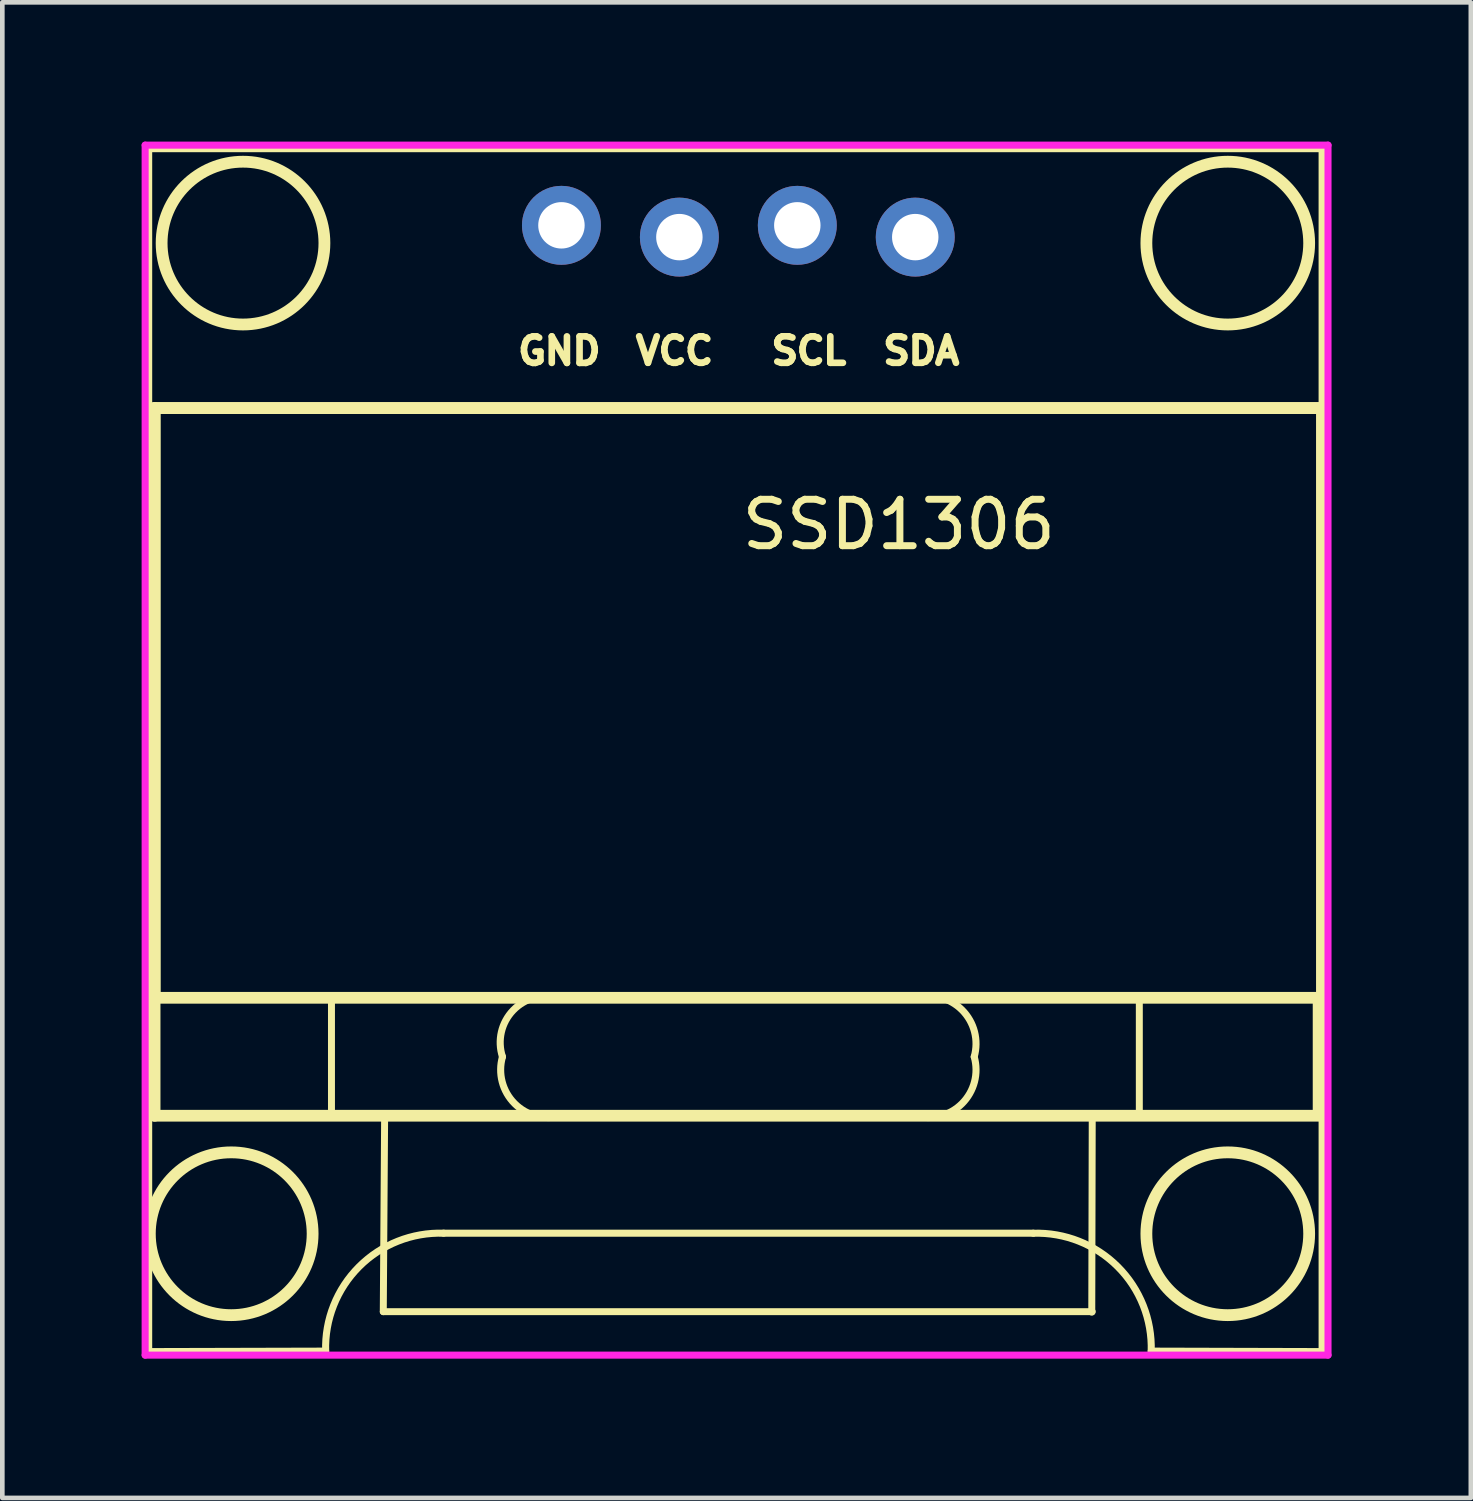
<source format=kicad_pcb>
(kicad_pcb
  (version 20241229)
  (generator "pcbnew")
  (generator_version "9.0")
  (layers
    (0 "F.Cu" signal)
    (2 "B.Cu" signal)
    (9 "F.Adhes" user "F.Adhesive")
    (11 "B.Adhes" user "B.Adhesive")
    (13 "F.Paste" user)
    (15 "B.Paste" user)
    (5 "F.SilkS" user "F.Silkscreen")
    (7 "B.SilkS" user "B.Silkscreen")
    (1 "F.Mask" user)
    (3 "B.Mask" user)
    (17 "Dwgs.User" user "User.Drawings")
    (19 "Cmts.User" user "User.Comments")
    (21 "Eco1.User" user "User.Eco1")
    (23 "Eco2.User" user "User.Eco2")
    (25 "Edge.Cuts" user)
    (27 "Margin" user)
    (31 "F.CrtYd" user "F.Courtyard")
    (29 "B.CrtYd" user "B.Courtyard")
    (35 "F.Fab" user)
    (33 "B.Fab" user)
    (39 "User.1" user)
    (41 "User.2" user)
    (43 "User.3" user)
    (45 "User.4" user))
  (footprint "SSD1306"
    (layer "F.Cu")
    (at 12.852 11.455)
    (property "Reference" "SSD1306" (at 0 -3.207 0) (layer "F.SilkS") (effects (font (size 1 1) (thickness 0.15)) (justify left)))
    (attr through_hole)
    (fp_line (start -12.7 -11.303) (end 12.573 -11.303) (stroke (width 0.152) (type solid)) (layer "F.SilkS"))
    (fp_line (start -12.7 14.605) (end -12.7 -11.303) (stroke (width 0.152) (type solid)) (layer "F.SilkS"))
    (fp_line (start -12.573 -5.715) (end 12.573 -5.715) (stroke (width 0.254) (type solid)) (layer "F.SilkS"))
    (fp_line (start -12.573 -5.715) (end 12.573 -5.715) (stroke (width 0.254) (type solid)) (layer "F.SilkS"))
    (fp_line (start -12.573 6.985) (end -12.573 -5.715) (stroke (width 0.254) (type solid)) (layer "F.SilkS"))
    (fp_line (start -12.573 6.985) (end -8.763 6.985) (stroke (width 0.15) (type solid)) (layer "F.SilkS"))
    (fp_line (start -12.573 9.525) (end -12.573 -5.715) (stroke (width 0.254) (type solid)) (layer "F.SilkS"))
    (fp_line (start -12.573 9.525) (end -12.573 6.985) (stroke (width 0.15) (type solid)) (layer "F.SilkS"))
    (fp_line (start -8.888 14.595) (end -12.7 14.605) (stroke (width 0.152) (type solid)) (layer "F.SilkS"))
    (fp_line (start -8.763 6.985) (end -8.763 9.525) (stroke (width 0.15) (type solid)) (layer "F.SilkS"))
    (fp_line (start -8.763 9.525) (end -12.573 9.525) (stroke (width 0.15) (type solid)) (layer "F.SilkS"))
    (fp_line (start -7.647 13.745) (end -7.618 9.515) (stroke (width 0.15) (type solid)) (layer "F.SilkS"))
    (fp_line (start -7.618 9.515) (end 7.622 9.515) (stroke (width 0.15) (type solid)) (layer "F.SilkS"))
    (fp_line (start -3.81 6.985) (end 3.81 6.985) (stroke (width 0.15) (type solid)) (layer "F.SilkS"))
    (fp_line (start -3.81 9.525) (end 3.81 9.525) (stroke (width 0.15) (type solid)) (layer "F.SilkS"))
    (fp_line (start -3.805 9.505) (end 3.815 9.505) (stroke (width 0.15) (type solid)) (layer "F.SilkS"))
    (fp_line (start 6.352 12.055) (end -6.348 12.055) (stroke (width 0.152) (type solid)) (layer "F.SilkS"))
    (fp_line (start 7.622 9.515) (end 7.612 13.755) (stroke (width 0.15) (type solid)) (layer "F.SilkS"))
    (fp_line (start 7.622 13.745) (end -7.647 13.745) (stroke (width 0.15) (type solid)) (layer "F.SilkS"))
    (fp_line (start 8.636 6.985) (end 12.446 6.985) (stroke (width 0.15) (type solid)) (layer "F.SilkS"))
    (fp_line (start 8.636 9.525) (end 8.636 6.985) (stroke (width 0.15) (type solid)) (layer "F.SilkS"))
    (fp_line (start 12.446 6.985) (end 12.446 9.525) (stroke (width 0.15) (type solid)) (layer "F.SilkS"))
    (fp_line (start 12.446 9.525) (end 8.636 9.525) (stroke (width 0.15) (type solid)) (layer "F.SilkS"))
    (fp_line (start 12.573 -11.303) (end 12.573 14.605) (stroke (width 0.152) (type solid)) (layer "F.SilkS"))
    (fp_line (start 12.573 -5.715) (end 12.573 6.985) (stroke (width 0.254) (type solid)) (layer "F.SilkS"))
    (fp_line (start 12.573 -5.715) (end 12.573 9.525) (stroke (width 0.254) (type solid)) (layer "F.SilkS"))
    (fp_line (start 12.573 6.985) (end -12.573 6.985) (stroke (width 0.254) (type solid)) (layer "F.SilkS"))
    (fp_line (start 12.573 9.525) (end -12.573 9.525) (stroke (width 0.254) (type solid)) (layer "F.SilkS"))
    (fp_line (start 12.573 14.605) (end 8.892 14.595) (stroke (width 0.152) (type solid)) (layer "F.SilkS"))
    (fp_arc (start -9.169 12.069) (mid -12.675004 12.063141) (end -9.168995 12.064717) (stroke (width 0.254) (type solid)) (layer "F.SilkS"))
    (fp_arc (start -8.915 -9.267) (mid -12.421004 -9.272859) (end -8.914995 -9.271283) (stroke (width 0.254) (type solid)) (layer "F.SilkS"))
    (fp_arc (start -8.88799 14.595334) (mid -8.167573 12.775663) (end -6.348 12.055) (stroke (width 0.152) (type solid)) (layer "F.SilkS"))
    (fp_arc (start -5.080548 8.254901) (mid -4.850381 7.254616) (end -3.86 6.985) (stroke (width 0.152) (type solid)) (layer "F.SilkS"))
    (fp_arc (start -3.811038 9.525294) (mid -4.818389 9.262627) (end -5.08 8.255) (stroke (width 0.152) (type solid)) (layer "F.SilkS"))
    (fp_arc (start 3.811038 6.984706) (mid 4.818389 7.247373) (end 5.08 8.255) (stroke (width 0.152) (type solid)) (layer "F.SilkS"))
    (fp_arc (start 5.080294 8.256038) (mid 4.817627 9.263389) (end 3.81 9.525) (stroke (width 0.152) (type solid)) (layer "F.SilkS"))
    (fp_arc (start 6.352729 12.056009) (mid 8.171652 12.776156) (end 8.892 14.595) (stroke (width 0.152) (type solid)) (layer "F.SilkS"))
    (fp_arc (start 12.294 -9.267) (mid 8.787996 -9.272859) (end 12.294005 -9.271283) (stroke (width 0.254) (type solid)) (layer "F.SilkS"))
    (fp_arc (start 12.294 12.069) (mid 8.787996 12.063141) (end 12.294005 12.064717) (stroke (width 0.254) (type solid)) (layer "F.SilkS"))
    (fp_line (start -12.776 -11.379) (end 12.7 -11.379) (stroke (width 0.152) (type solid)) (layer "F.CrtYd"))
    (fp_line (start -12.776 14.681) (end -12.776 -11.379) (stroke (width 0.152) (type solid)) (layer "F.CrtYd"))
    (fp_line (start 12.7 -11.379) (end 12.7 14.681) (stroke (width 0.152) (type solid)) (layer "F.CrtYd"))
    (fp_line (start 12.7 14.681) (end -12.776 14.681) (stroke (width 0.152) (type solid)) (layer "F.CrtYd"))
    (fp_text user "VCC" (at -2.285 -6.948 0) (layer "F.SilkS") (effects (font (size 0.571 0.571) (thickness 0.152)) (justify left)))
    (fp_text user "GND" (at -4.819 -6.946 0) (layer "F.SilkS") (effects (font (size 0.571 0.571) (thickness 0.152)) (justify left)))
    (fp_text user "SDA" (at 3.044 -6.948 0) (layer "F.SilkS") (effects (font (size 0.571 0.571) (thickness 0.152)) (justify left)))
    (fp_text user "SCL" (at 0.636 -6.948 0) (layer "F.SilkS") (effects (font (size 0.571 0.571) (thickness 0.152)) (justify left)))
    (pad "1" thru_hole oval (at -3.81 -9.652 90) (size 1.7 1.7) (drill oval 1) (layers "*.Cu" "*.Mask"))
    (pad "2" thru_hole oval (at -1.27 -9.398 90) (size 1.7 1.7) (drill oval 1) (layers "*.Cu" "*.Mask"))
    (pad "3" thru_hole oval (at 1.27 -9.652 90) (size 1.7 1.7) (drill oval 1) (layers "*.Cu" "*.Mask"))
    (pad "4" thru_hole oval (at 3.81 -9.398 90) (size 1.7 1.7) (drill oval 1) (layers "*.Cu" "*.Mask")))
  (gr_rect
    (start -3 -3)
    (end 28.628 29.212)
    (stroke (width 0.1) (type default))
    (fill no)
    (layer "Edge.Cuts")))
</source>
